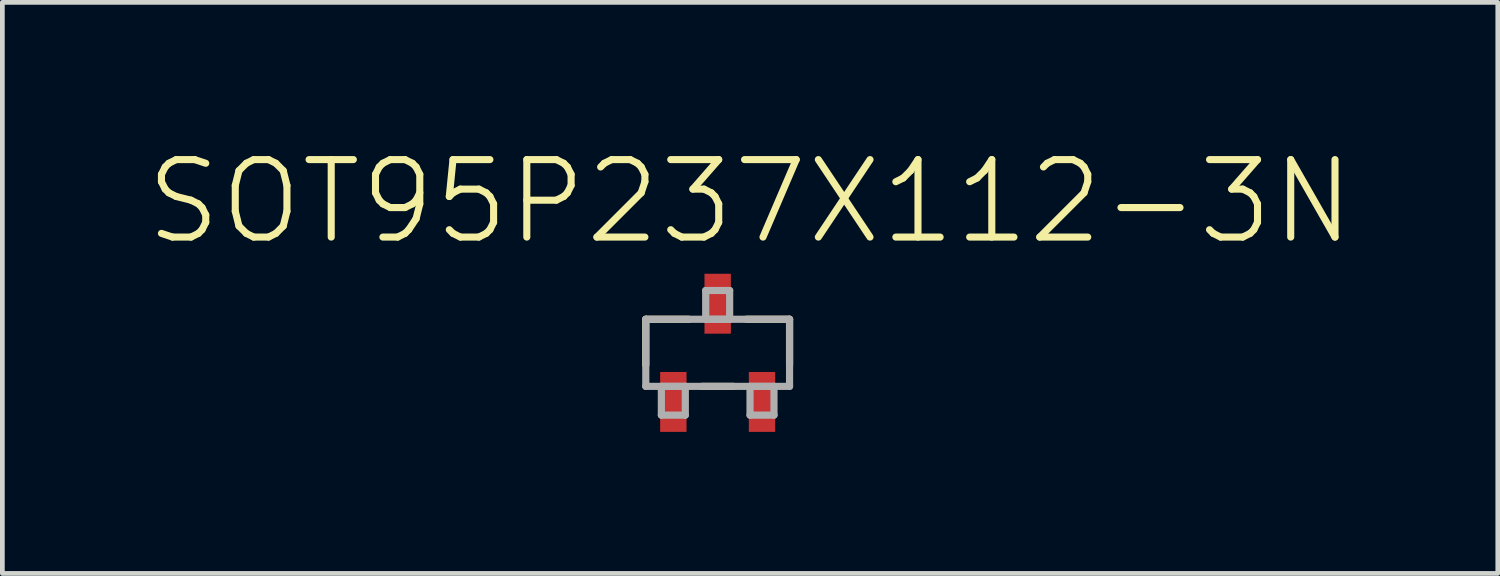
<source format=kicad_pcb>
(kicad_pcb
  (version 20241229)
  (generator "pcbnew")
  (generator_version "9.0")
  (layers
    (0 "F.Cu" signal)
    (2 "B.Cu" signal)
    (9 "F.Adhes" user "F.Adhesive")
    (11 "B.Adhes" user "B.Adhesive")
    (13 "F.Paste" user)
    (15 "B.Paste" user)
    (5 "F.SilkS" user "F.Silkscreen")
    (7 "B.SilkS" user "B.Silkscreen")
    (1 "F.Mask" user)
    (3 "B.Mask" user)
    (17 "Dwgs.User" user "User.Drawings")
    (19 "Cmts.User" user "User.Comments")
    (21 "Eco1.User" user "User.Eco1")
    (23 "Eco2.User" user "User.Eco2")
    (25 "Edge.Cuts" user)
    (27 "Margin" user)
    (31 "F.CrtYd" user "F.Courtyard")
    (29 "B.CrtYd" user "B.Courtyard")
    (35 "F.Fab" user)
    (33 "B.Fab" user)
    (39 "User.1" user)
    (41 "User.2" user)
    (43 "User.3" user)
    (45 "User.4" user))
  (footprint "SOT95P237X112-3N"
    (layer "F.Cu")
    (at 12.165 4.43)
    (property "Reference" "SOT95P237X112-3N" (at 0.687 -3.206 0) (layer "F.SilkS") (effects (font (size 1.643 1.643) (thickness 0.15))))
    (attr through_hole)
    (fp_line (start -1.524 -0.711) (end -1.524 0.254) (stroke (width 0.152) (type solid)) (layer "F.SilkS"))
    (fp_line (start -0.61 -0.711) (end -1.524 -0.711) (stroke (width 0.152) (type solid)) (layer "F.SilkS"))
    (fp_line (start -0.33 0.711) (end 0.33 0.711) (stroke (width 0.152) (type solid)) (layer "F.SilkS"))
    (fp_line (start 1.524 -0.711) (end 0.61 -0.711) (stroke (width 0.152) (type solid)) (layer "F.SilkS"))
    (fp_line (start 1.524 0.254) (end 1.524 -0.711) (stroke (width 0.152) (type solid)) (layer "F.SilkS"))
    (fp_line (start -1.524 -0.711) (end -1.524 0.711) (stroke (width 0.152) (type solid)) (layer "F.Fab"))
    (fp_line (start -1.524 0.711) (end 1.524 0.711) (stroke (width 0.152) (type solid)) (layer "F.Fab"))
    (fp_line (start -1.194 0.711) (end -1.194 1.321) (stroke (width 0.152) (type solid)) (layer "F.Fab"))
    (fp_line (start -1.194 1.321) (end -0.686 1.321) (stroke (width 0.152) (type solid)) (layer "F.Fab"))
    (fp_line (start -0.686 0.711) (end -1.194 0.711) (stroke (width 0.152) (type solid)) (layer "F.Fab"))
    (fp_line (start -0.686 1.321) (end -0.686 0.711) (stroke (width 0.152) (type solid)) (layer "F.Fab"))
    (fp_line (start -0.254 -1.321) (end -0.254 -0.711) (stroke (width 0.152) (type solid)) (layer "F.Fab"))
    (fp_line (start -0.254 -0.711) (end 0.254 -0.711) (stroke (width 0.152) (type solid)) (layer "F.Fab"))
    (fp_line (start 0.254 -1.321) (end -0.254 -1.321) (stroke (width 0.152) (type solid)) (layer "F.Fab"))
    (fp_line (start 0.254 -0.711) (end 0.254 -1.321) (stroke (width 0.152) (type solid)) (layer "F.Fab"))
    (fp_line (start 0.686 0.711) (end 0.686 1.321) (stroke (width 0.152) (type solid)) (layer "F.Fab"))
    (fp_line (start 0.686 1.321) (end 1.194 1.321) (stroke (width 0.152) (type solid)) (layer "F.Fab"))
    (fp_line (start 1.194 0.711) (end 0.686 0.711) (stroke (width 0.152) (type solid)) (layer "F.Fab"))
    (fp_line (start 1.194 1.321) (end 1.194 0.711) (stroke (width 0.152) (type solid)) (layer "F.Fab"))
    (fp_line (start 1.524 -0.711) (end -1.524 -0.711) (stroke (width 0.152) (type solid)) (layer "F.Fab"))
    (fp_line (start 1.524 0.711) (end 1.524 -0.711) (stroke (width 0.152) (type solid)) (layer "F.Fab"))
    (pad "1" smd rect (at -0.94 1.041) (size 0.559 1.27) (layers "F.Cu" "F.Mask" "F.Paste"))
    (pad "2" smd rect (at 0.94 1.041) (size 0.559 1.27) (layers "F.Cu" "F.Mask" "F.Paste"))
    (pad "3" smd rect (at 0 -1.041) (size 0.559 1.27) (layers "F.Cu" "F.Mask" "F.Paste")))
  (gr_rect
    (start -3 -3)
    (end 28.704 9.107)
    (stroke (width 0.1) (type default))
    (fill no)
    (layer "Edge.Cuts")))
</source>
